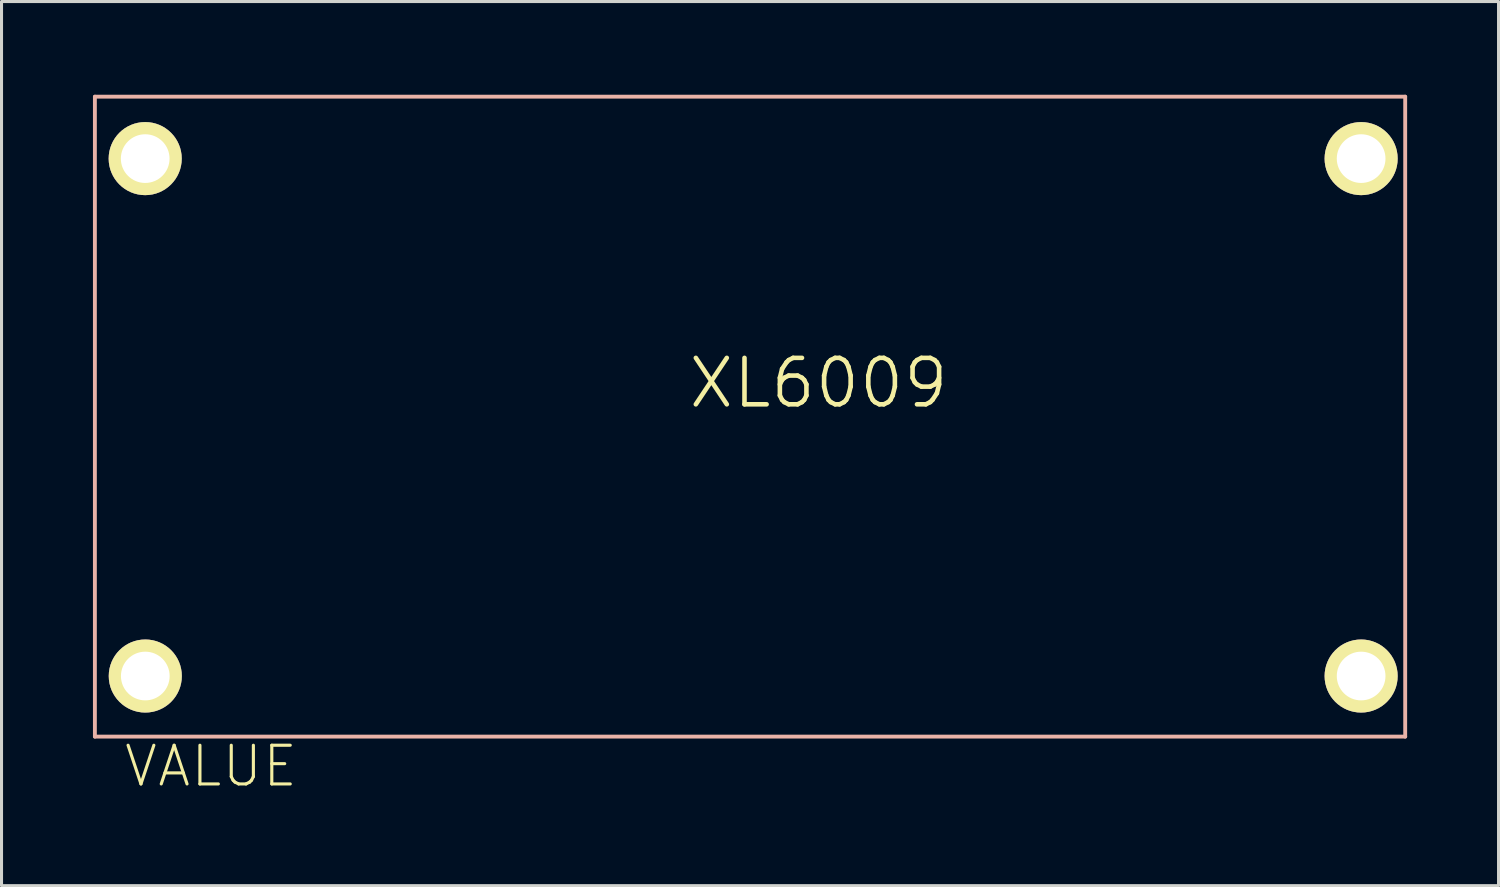
<source format=kicad_pcb>
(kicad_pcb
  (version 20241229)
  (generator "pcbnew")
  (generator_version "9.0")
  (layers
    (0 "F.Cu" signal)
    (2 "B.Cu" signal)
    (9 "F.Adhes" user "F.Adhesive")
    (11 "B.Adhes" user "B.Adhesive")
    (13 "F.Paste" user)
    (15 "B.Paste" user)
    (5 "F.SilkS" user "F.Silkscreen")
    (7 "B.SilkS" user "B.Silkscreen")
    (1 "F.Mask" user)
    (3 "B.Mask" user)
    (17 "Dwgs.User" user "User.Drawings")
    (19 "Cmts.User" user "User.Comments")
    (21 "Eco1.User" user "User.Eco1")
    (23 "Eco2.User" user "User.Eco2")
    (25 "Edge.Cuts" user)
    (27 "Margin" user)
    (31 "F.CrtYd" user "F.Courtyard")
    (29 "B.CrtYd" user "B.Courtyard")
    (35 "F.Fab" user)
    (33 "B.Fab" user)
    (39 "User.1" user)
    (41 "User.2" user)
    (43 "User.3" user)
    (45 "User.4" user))
  (footprint "XL6009"
    (layer "F.Cu")
    (at 0.318 0.25)
    (property "Reference" "XL6009" (at 23.495 9.271 0) (layer "F.SilkS") (effects (font (size 1.524 1.524) (thickness 0.15))))
    (attr exclude_from_pos_files exclude_from_bom)
    (fp_line (start -0.254 -0.127) (end 42.746 -0.127) (stroke (width 0.127) (type solid)) (layer "B.SilkS"))
    (fp_line (start -0.254 20.873) (end -0.254 -0.127) (stroke (width 0.127) (type solid)) (layer "B.SilkS"))
    (fp_line (start -0.254 20.873) (end 42.746 20.873) (stroke (width 0.127) (type solid)) (layer "B.SilkS"))
    (fp_line (start 42.746 -0.127) (end 42.746 20.873) (stroke (width 0.127) (type solid)) (layer "B.SilkS"))
    (fp_text user "VALUE" (at 3.556 21.844 0) (layer "F.SilkS") (effects (font (size 1.27 1.27) (thickness 0.102))))
    (pad "IN+" thru_hole circle (at 1.397 1.905) (size 2.398 2.398) (drill 1.598) (layers "*.Cu" "F.Mask" "F.SilkS" "F.Paste"))
    (pad "IN-" thru_hole circle (at 1.4 18.885) (size 2.398 2.398) (drill 1.598) (layers "*.Cu" "F.Mask" "F.SilkS" "F.Paste"))
    (pad "OUT+" thru_hole circle (at 41.3 1.905) (size 2.398 2.398) (drill 1.598) (layers "*.Cu" "F.Mask" "F.SilkS" "F.Paste"))
    (pad "OUT-" thru_hole circle (at 41.3 18.885) (size 2.398 2.398) (drill 1.598) (layers "*.Cu" "F.Mask" "F.SilkS" "F.Paste")))
  (gr_rect
    (start -3 -3)
    (end 46.127 26.015)
    (stroke (width 0.1) (type default))
    (fill no)
    (layer "Edge.Cuts")))
</source>
